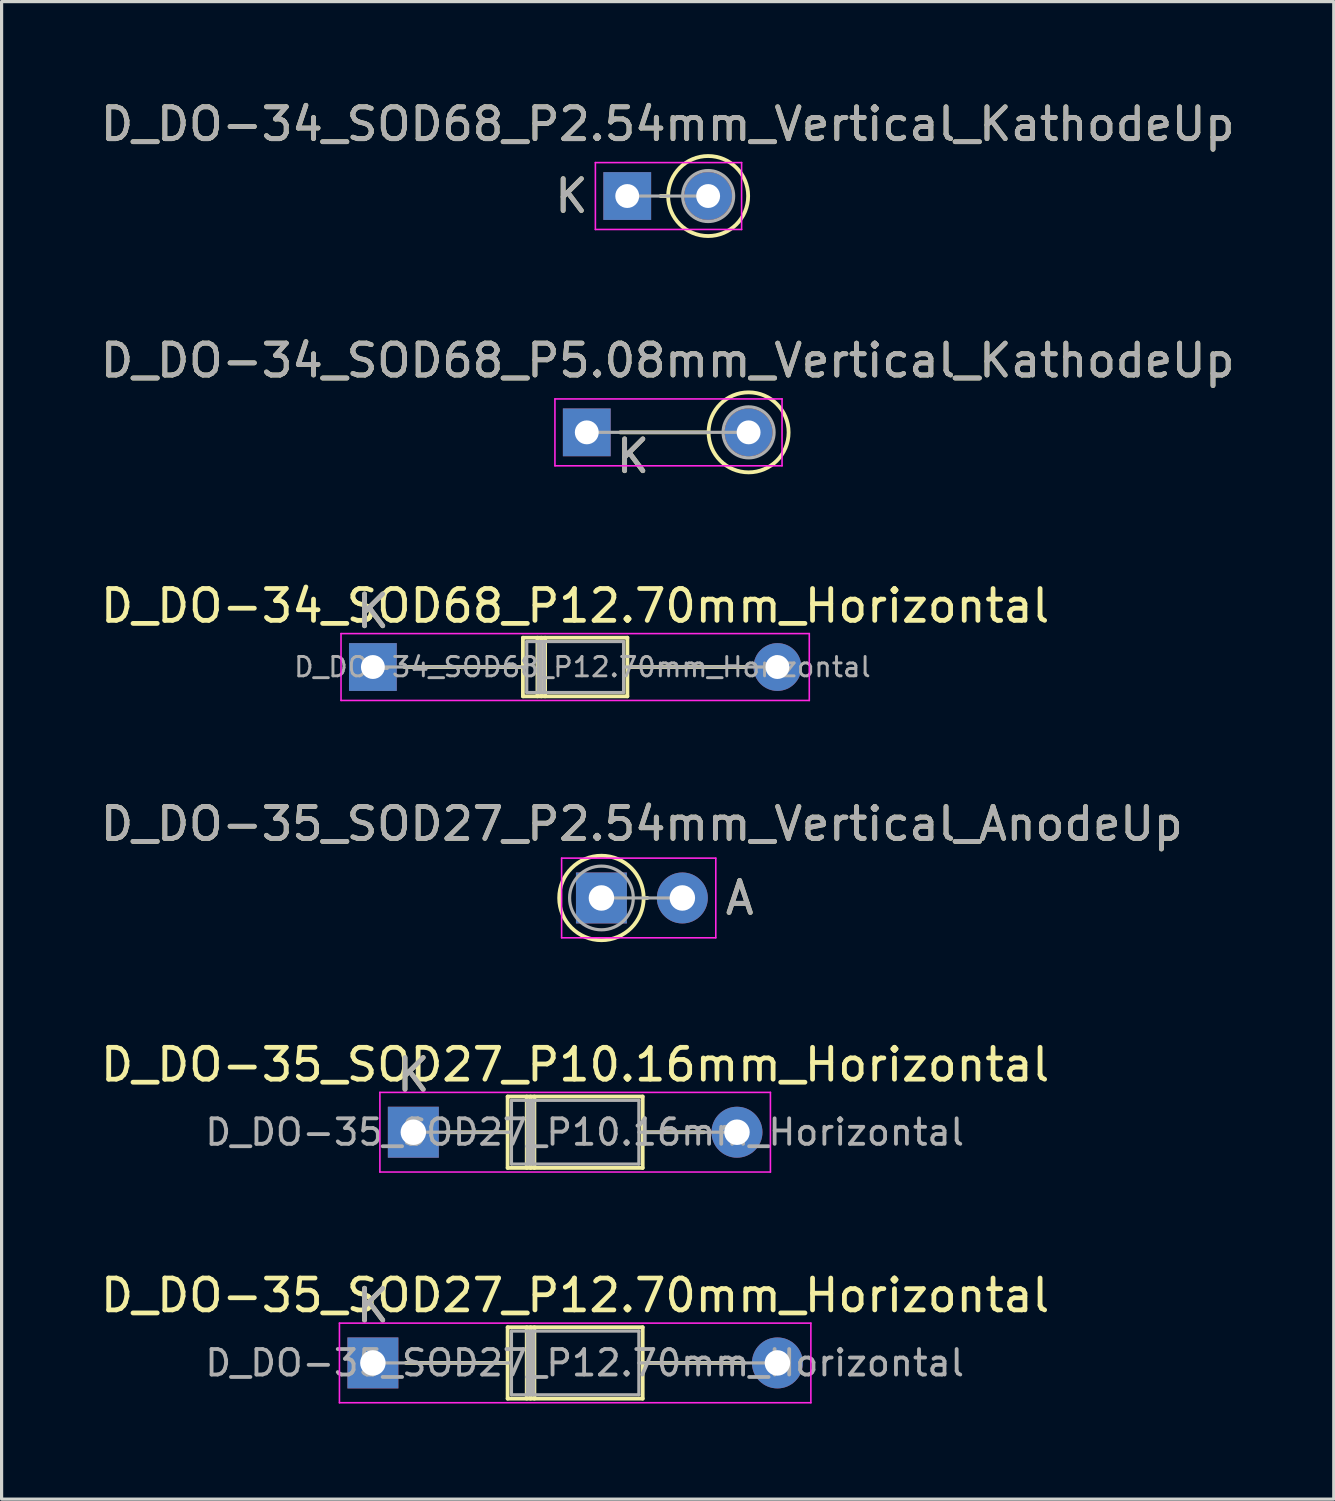
<source format=kicad_pcb>
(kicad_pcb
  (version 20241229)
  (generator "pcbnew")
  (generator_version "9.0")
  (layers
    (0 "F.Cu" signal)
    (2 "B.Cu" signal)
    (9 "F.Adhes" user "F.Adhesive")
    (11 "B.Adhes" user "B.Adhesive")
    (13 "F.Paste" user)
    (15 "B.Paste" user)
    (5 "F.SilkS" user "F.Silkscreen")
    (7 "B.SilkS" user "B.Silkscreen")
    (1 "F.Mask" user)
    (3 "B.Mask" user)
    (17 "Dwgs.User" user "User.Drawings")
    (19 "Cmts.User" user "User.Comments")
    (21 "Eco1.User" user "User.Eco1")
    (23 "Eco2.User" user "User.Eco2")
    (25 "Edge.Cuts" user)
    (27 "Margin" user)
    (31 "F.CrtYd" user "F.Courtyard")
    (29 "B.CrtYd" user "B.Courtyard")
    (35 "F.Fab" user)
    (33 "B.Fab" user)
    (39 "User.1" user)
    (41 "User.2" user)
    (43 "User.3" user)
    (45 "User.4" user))
  (footprint "D_DO-35_SOD27_P10.16mm_Horizontal"
    (layer "F.Cu")
    (at 9.926 32.494)
    (property "Reference" "D_DO-35_SOD27_P10.16mm_Horizontal" (at 5.08 -2.12 0) (layer "F.SilkS") (effects (font (size 1 1) (thickness 0.15))))
    (attr through_hole)
    (fp_line (start 1.04 0) (end 2.96 0) (stroke (width 0.12) (type solid)) (layer "F.SilkS"))
    (fp_line (start 2.96 -1.12) (end 2.96 1.12) (stroke (width 0.12) (type solid)) (layer "F.SilkS"))
    (fp_line (start 2.96 1.12) (end 7.2 1.12) (stroke (width 0.12) (type solid)) (layer "F.SilkS"))
    (fp_line (start 3.56 -1.12) (end 3.56 1.12) (stroke (width 0.12) (type solid)) (layer "F.SilkS"))
    (fp_line (start 3.68 -1.12) (end 3.68 1.12) (stroke (width 0.12) (type solid)) (layer "F.SilkS"))
    (fp_line (start 3.8 -1.12) (end 3.8 1.12) (stroke (width 0.12) (type solid)) (layer "F.SilkS"))
    (fp_line (start 7.2 -1.12) (end 2.96 -1.12) (stroke (width 0.12) (type solid)) (layer "F.SilkS"))
    (fp_line (start 7.2 1.12) (end 7.2 -1.12) (stroke (width 0.12) (type solid)) (layer "F.SilkS"))
    (fp_line (start 9.12 0) (end 7.2 0) (stroke (width 0.12) (type solid)) (layer "F.SilkS"))
    (fp_line (start -1.05 -1.25) (end -1.05 1.25) (stroke (width 0.05) (type solid)) (layer "F.CrtYd"))
    (fp_line (start -1.05 1.25) (end 11.21 1.25) (stroke (width 0.05) (type solid)) (layer "F.CrtYd"))
    (fp_line (start 11.21 -1.25) (end -1.05 -1.25) (stroke (width 0.05) (type solid)) (layer "F.CrtYd"))
    (fp_line (start 11.21 1.25) (end 11.21 -1.25) (stroke (width 0.05) (type solid)) (layer "F.CrtYd"))
    (fp_line (start 0 0) (end 3.08 0) (stroke (width 0.1) (type solid)) (layer "F.Fab"))
    (fp_line (start 3.08 -1) (end 3.08 1) (stroke (width 0.1) (type solid)) (layer "F.Fab"))
    (fp_line (start 3.08 1) (end 7.08 1) (stroke (width 0.1) (type solid)) (layer "F.Fab"))
    (fp_line (start 3.58 -1) (end 3.58 1) (stroke (width 0.1) (type solid)) (layer "F.Fab"))
    (fp_line (start 3.68 -1) (end 3.68 1) (stroke (width 0.1) (type solid)) (layer "F.Fab"))
    (fp_line (start 3.78 -1) (end 3.78 1) (stroke (width 0.1) (type solid)) (layer "F.Fab"))
    (fp_line (start 7.08 -1) (end 3.08 -1) (stroke (width 0.1) (type solid)) (layer "F.Fab"))
    (fp_line (start 7.08 1) (end 7.08 -1) (stroke (width 0.1) (type solid)) (layer "F.Fab"))
    (fp_line (start 10.16 0) (end 7.08 0) (stroke (width 0.1) (type solid)) (layer "F.Fab"))
    (fp_text user "K" (at 0 -1.8 0) (layer "F.SilkS") (effects (font (size 1 1) (thickness 0.15))))
    (fp_text user "K" (at 0 -1.8 0) (layer "F.Fab") (effects (font (size 1 1) (thickness 0.15))))
    (fp_text user "${REFERENCE}" (at 5.38 0 0) (layer "F.Fab") (effects (font (size 0.8 0.8) (thickness 0.12))))
    (pad "1" thru_hole rect (at 0 0) (size 1.6 1.6) (drill 0.8) (layers "*.Cu" "*.Mask"))
    (pad "2" thru_hole oval (at 10.16 0) (size 1.6 1.6) (drill 0.8) (layers "*.Cu" "*.Mask")))
  (footprint "D_DO-35_SOD27_P2.54mm_Vertical_AnodeUp"
    (layer "F.Cu")
    (at 15.831 25.14)
    (property "Reference" "D_DO-35_SOD27_P2.54mm_Vertical_AnodeUp" (at 1.27 -2.326 0) (layer "F.SilkS") (effects (font (size 1 1) (thickness 0.15))))
    (attr through_hole)
    (fp_line (start 1.326 0) (end 1.44 0) (stroke (width 0.12) (type solid)) (layer "F.SilkS"))
    (fp_circle (center 0 0) (end 1.326 0) (stroke (width 0.12) (type solid)) (fill no) (layer "F.SilkS"))
    (fp_line (start -1.25 -1.25) (end -1.25 1.25) (stroke (width 0.05) (type solid)) (layer "F.CrtYd"))
    (fp_line (start -1.25 1.25) (end 3.59 1.25) (stroke (width 0.05) (type solid)) (layer "F.CrtYd"))
    (fp_line (start 3.59 -1.25) (end -1.25 -1.25) (stroke (width 0.05) (type solid)) (layer "F.CrtYd"))
    (fp_line (start 3.59 1.25) (end 3.59 -1.25) (stroke (width 0.05) (type solid)) (layer "F.CrtYd"))
    (fp_line (start 0 0) (end 2.54 0) (stroke (width 0.1) (type solid)) (layer "F.Fab"))
    (fp_circle (center 0 0) (end 1 0) (stroke (width 0.1) (type solid)) (fill no) (layer "F.Fab"))
    (fp_text user "A" (at 4.34 0 0) (layer "F.SilkS") (effects (font (size 1 1) (thickness 0.15))))
    (fp_text user "A" (at 4.34 0 0) (layer "F.Fab") (effects (font (size 1 1) (thickness 0.15))))
    (fp_text user "${REFERENCE}" (at 1.27 -2.326 0) (layer "F.Fab") (effects (font (size 1 1) (thickness 0.15))))
    (pad "1" thru_hole rect (at 0 0) (size 1.6 1.6) (drill 0.8) (layers "*.Cu" "*.Mask"))
    (pad "2" thru_hole oval (at 2.54 0) (size 1.6 1.6) (drill 0.8) (layers "*.Cu" "*.Mask")))
  (footprint "D_DO-34_SOD68_P12.70mm_Horizontal"
    (layer "F.Cu")
    (at 8.656 17.89)
    (property "Reference" "D_DO-34_SOD68_P12.70mm_Horizontal" (at 6.35 -1.92 0) (layer "F.SilkS") (effects (font (size 1 1) (thickness 0.15))))
    (attr through_hole)
    (fp_line (start 0.99 0) (end 4.71 0) (stroke (width 0.12) (type solid)) (layer "F.SilkS"))
    (fp_line (start 4.71 -0.92) (end 4.71 0.92) (stroke (width 0.12) (type solid)) (layer "F.SilkS"))
    (fp_line (start 4.71 0.92) (end 7.99 0.92) (stroke (width 0.12) (type solid)) (layer "F.SilkS"))
    (fp_line (start 5.166 -0.92) (end 5.166 0.92) (stroke (width 0.12) (type solid)) (layer "F.SilkS"))
    (fp_line (start 5.286 -0.92) (end 5.286 0.92) (stroke (width 0.12) (type solid)) (layer "F.SilkS"))
    (fp_line (start 5.406 -0.92) (end 5.406 0.92) (stroke (width 0.12) (type solid)) (layer "F.SilkS"))
    (fp_line (start 7.99 -0.92) (end 4.71 -0.92) (stroke (width 0.12) (type solid)) (layer "F.SilkS"))
    (fp_line (start 7.99 0.92) (end 7.99 -0.92) (stroke (width 0.12) (type solid)) (layer "F.SilkS"))
    (fp_line (start 11.71 0) (end 7.99 0) (stroke (width 0.12) (type solid)) (layer "F.SilkS"))
    (fp_line (start -1 -1.05) (end -1 1.05) (stroke (width 0.05) (type solid)) (layer "F.CrtYd"))
    (fp_line (start -1 1.05) (end 13.7 1.05) (stroke (width 0.05) (type solid)) (layer "F.CrtYd"))
    (fp_line (start 13.7 -1.05) (end -1 -1.05) (stroke (width 0.05) (type solid)) (layer "F.CrtYd"))
    (fp_line (start 13.7 1.05) (end 13.7 -1.05) (stroke (width 0.05) (type solid)) (layer "F.CrtYd"))
    (fp_line (start 0 0) (end 4.83 0) (stroke (width 0.1) (type solid)) (layer "F.Fab"))
    (fp_line (start 4.83 -0.8) (end 4.83 0.8) (stroke (width 0.1) (type solid)) (layer "F.Fab"))
    (fp_line (start 4.83 0.8) (end 7.87 0.8) (stroke (width 0.1) (type solid)) (layer "F.Fab"))
    (fp_line (start 5.186 -0.8) (end 5.186 0.8) (stroke (width 0.1) (type solid)) (layer "F.Fab"))
    (fp_line (start 5.286 -0.8) (end 5.286 0.8) (stroke (width 0.1) (type solid)) (layer "F.Fab"))
    (fp_line (start 5.386 -0.8) (end 5.386 0.8) (stroke (width 0.1) (type solid)) (layer "F.Fab"))
    (fp_line (start 7.87 -0.8) (end 4.83 -0.8) (stroke (width 0.1) (type solid)) (layer "F.Fab"))
    (fp_line (start 7.87 0.8) (end 7.87 -0.8) (stroke (width 0.1) (type solid)) (layer "F.Fab"))
    (fp_line (start 12.7 0) (end 7.87 0) (stroke (width 0.1) (type solid)) (layer "F.Fab"))
    (fp_text user "K" (at 0 -1.75 0) (layer "F.SilkS") (effects (font (size 1 1) (thickness 0.15))))
    (fp_text user "${REFERENCE}" (at 6.578 0 0) (layer "F.Fab") (effects (font (size 0.608 0.608) (thickness 0.091))))
    (fp_text user "K" (at 0 -1.75 0) (layer "F.Fab") (effects (font (size 1 1) (thickness 0.15))))
    (pad "1" thru_hole rect (at 0 0) (size 1.5 1.5) (drill 0.75) (layers "*.Cu" "*.Mask"))
    (pad "2" thru_hole oval (at 12.7 0) (size 1.5 1.5) (drill 0.75) (layers "*.Cu" "*.Mask")))
  (footprint "D_DO-34_SOD68_P5.08mm_Vertical_KathodeUp"
    (layer "F.Cu")
    (at 15.371 10.523)
    (property "Reference" "D_DO-34_SOD68_P5.08mm_Vertical_KathodeUp" (at 2.54 -2.256 0) (layer "F.SilkS") (effects (font (size 1 1) (thickness 0.15))))
    (attr through_hole)
    (fp_line (start 3.824 0) (end 1.05 0) (stroke (width 0.12) (type solid)) (layer "F.SilkS"))
    (fp_circle (center 5.08 0) (end 6.336 0) (stroke (width 0.12) (type solid)) (fill no) (layer "F.SilkS"))
    (fp_line (start -1 -1.05) (end -1 1.05) (stroke (width 0.05) (type solid)) (layer "F.CrtYd"))
    (fp_line (start -1 1.05) (end 6.13 1.05) (stroke (width 0.05) (type solid)) (layer "F.CrtYd"))
    (fp_line (start 6.13 -1.05) (end -1 -1.05) (stroke (width 0.05) (type solid)) (layer "F.CrtYd"))
    (fp_line (start 6.13 1.05) (end 6.13 -1.05) (stroke (width 0.05) (type solid)) (layer "F.CrtYd"))
    (fp_line (start 0 0) (end 5.08 0) (stroke (width 0.1) (type solid)) (layer "F.Fab"))
    (fp_circle (center 5.08 0) (end 5.88 0) (stroke (width 0.1) (type solid)) (fill no) (layer "F.Fab"))
    (fp_text user "K" (at 1.45 0.75 0) (layer "F.SilkS") (effects (font (size 1 1) (thickness 0.15))))
    (fp_text user "${REFERENCE}" (at 2.54 -2.256 0) (layer "F.Fab") (effects (font (size 1 1) (thickness 0.15))))
    (fp_text user "K" (at 1.45 0.75 0) (layer "F.Fab") (effects (font (size 1 1) (thickness 0.15))))
    (pad "1" thru_hole rect (at 0 0) (size 1.5 1.5) (drill 0.75) (layers "*.Cu" "*.Mask"))
    (pad "2" thru_hole oval (at 5.08 0) (size 1.5 1.5) (drill 0.75) (layers "*.Cu" "*.Mask")))
  (footprint "D_DO-35_SOD27_P12.70mm_Horizontal"
    (layer "F.Cu")
    (at 8.656 39.737)
    (property "Reference" "D_DO-35_SOD27_P12.70mm_Horizontal" (at 6.35 -2.12 0) (layer "F.SilkS") (effects (font (size 1 1) (thickness 0.15))))
    (attr through_hole)
    (fp_line (start 1.04 0) (end 4.23 0) (stroke (width 0.12) (type solid)) (layer "F.SilkS"))
    (fp_line (start 4.23 -1.12) (end 4.23 1.12) (stroke (width 0.12) (type solid)) (layer "F.SilkS"))
    (fp_line (start 4.23 1.12) (end 8.47 1.12) (stroke (width 0.12) (type solid)) (layer "F.SilkS"))
    (fp_line (start 4.83 -1.12) (end 4.83 1.12) (stroke (width 0.12) (type solid)) (layer "F.SilkS"))
    (fp_line (start 4.95 -1.12) (end 4.95 1.12) (stroke (width 0.12) (type solid)) (layer "F.SilkS"))
    (fp_line (start 5.07 -1.12) (end 5.07 1.12) (stroke (width 0.12) (type solid)) (layer "F.SilkS"))
    (fp_line (start 8.47 -1.12) (end 4.23 -1.12) (stroke (width 0.12) (type solid)) (layer "F.SilkS"))
    (fp_line (start 8.47 1.12) (end 8.47 -1.12) (stroke (width 0.12) (type solid)) (layer "F.SilkS"))
    (fp_line (start 11.66 0) (end 8.47 0) (stroke (width 0.12) (type solid)) (layer "F.SilkS"))
    (fp_line (start -1.05 -1.25) (end -1.05 1.25) (stroke (width 0.05) (type solid)) (layer "F.CrtYd"))
    (fp_line (start -1.05 1.25) (end 13.75 1.25) (stroke (width 0.05) (type solid)) (layer "F.CrtYd"))
    (fp_line (start 13.75 -1.25) (end -1.05 -1.25) (stroke (width 0.05) (type solid)) (layer "F.CrtYd"))
    (fp_line (start 13.75 1.25) (end 13.75 -1.25) (stroke (width 0.05) (type solid)) (layer "F.CrtYd"))
    (fp_line (start 0 0) (end 4.35 0) (stroke (width 0.1) (type solid)) (layer "F.Fab"))
    (fp_line (start 4.35 -1) (end 4.35 1) (stroke (width 0.1) (type solid)) (layer "F.Fab"))
    (fp_line (start 4.35 1) (end 8.35 1) (stroke (width 0.1) (type solid)) (layer "F.Fab"))
    (fp_line (start 4.85 -1) (end 4.85 1) (stroke (width 0.1) (type solid)) (layer "F.Fab"))
    (fp_line (start 4.95 -1) (end 4.95 1) (stroke (width 0.1) (type solid)) (layer "F.Fab"))
    (fp_line (start 5.05 -1) (end 5.05 1) (stroke (width 0.1) (type solid)) (layer "F.Fab"))
    (fp_line (start 8.35 -1) (end 4.35 -1) (stroke (width 0.1) (type solid)) (layer "F.Fab"))
    (fp_line (start 8.35 1) (end 8.35 -1) (stroke (width 0.1) (type solid)) (layer "F.Fab"))
    (fp_line (start 12.7 0) (end 8.35 0) (stroke (width 0.1) (type solid)) (layer "F.Fab"))
    (fp_text user "K" (at 0 -1.8 0) (layer "F.SilkS") (effects (font (size 1 1) (thickness 0.15))))
    (fp_text user "${REFERENCE}" (at 6.65 0 0) (layer "F.Fab") (effects (font (size 0.8 0.8) (thickness 0.12))))
    (fp_text user "K" (at 0 -1.8 0) (layer "F.Fab") (effects (font (size 1 1) (thickness 0.15))))
    (pad "1" thru_hole rect (at 0 0) (size 1.6 1.6) (drill 0.8) (layers "*.Cu" "*.Mask"))
    (pad "2" thru_hole oval (at 12.7 0) (size 1.6 1.6) (drill 0.8) (layers "*.Cu" "*.Mask")))
  (footprint "D_DO-34_SOD68_P2.54mm_Vertical_KathodeUp"
    (layer "F.Cu")
    (at 16.641 3.104)
    (property "Reference" "D_DO-34_SOD68_P2.54mm_Vertical_KathodeUp" (at 1.27 -2.256 0) (layer "F.SilkS") (effects (font (size 1 1) (thickness 0.15))))
    (attr through_hole)
    (fp_line (start 1.284 0) (end 1.05 0) (stroke (width 0.12) (type solid)) (layer "F.SilkS"))
    (fp_circle (center 2.54 0) (end 3.796 0) (stroke (width 0.12) (type solid)) (fill no) (layer "F.SilkS"))
    (fp_line (start -1 -1.05) (end -1 1.05) (stroke (width 0.05) (type solid)) (layer "F.CrtYd"))
    (fp_line (start -1 1.05) (end 3.59 1.05) (stroke (width 0.05) (type solid)) (layer "F.CrtYd"))
    (fp_line (start 3.59 -1.05) (end -1 -1.05) (stroke (width 0.05) (type solid)) (layer "F.CrtYd"))
    (fp_line (start 3.59 1.05) (end 3.59 -1.05) (stroke (width 0.05) (type solid)) (layer "F.CrtYd"))
    (fp_line (start 0 0) (end 2.54 0) (stroke (width 0.1) (type solid)) (layer "F.Fab"))
    (fp_circle (center 2.54 0) (end 3.34 0) (stroke (width 0.1) (type solid)) (fill no) (layer "F.Fab"))
    (fp_text user "K" (at -1.75 0 0) (layer "F.SilkS") (effects (font (size 1 1) (thickness 0.15))))
    (fp_text user "${REFERENCE}" (at 1.27 -2.256 0) (layer "F.Fab") (effects (font (size 1 1) (thickness 0.15))))
    (fp_text user "K" (at -1.75 0 0) (layer "F.Fab") (effects (font (size 1 1) (thickness 0.15))))
    (pad "1" thru_hole rect (at 0 0) (size 1.5 1.5) (drill 0.75) (layers "*.Cu" "*.Mask"))
    (pad "2" thru_hole oval (at 2.54 0) (size 1.5 1.5) (drill 0.75) (layers "*.Cu" "*.Mask")))
  (gr_rect
    (start -3 -3)
    (end 38.821 44.012)
    (stroke (width 0.1) (type default))
    (fill no)
    (layer "Edge.Cuts")))
</source>
